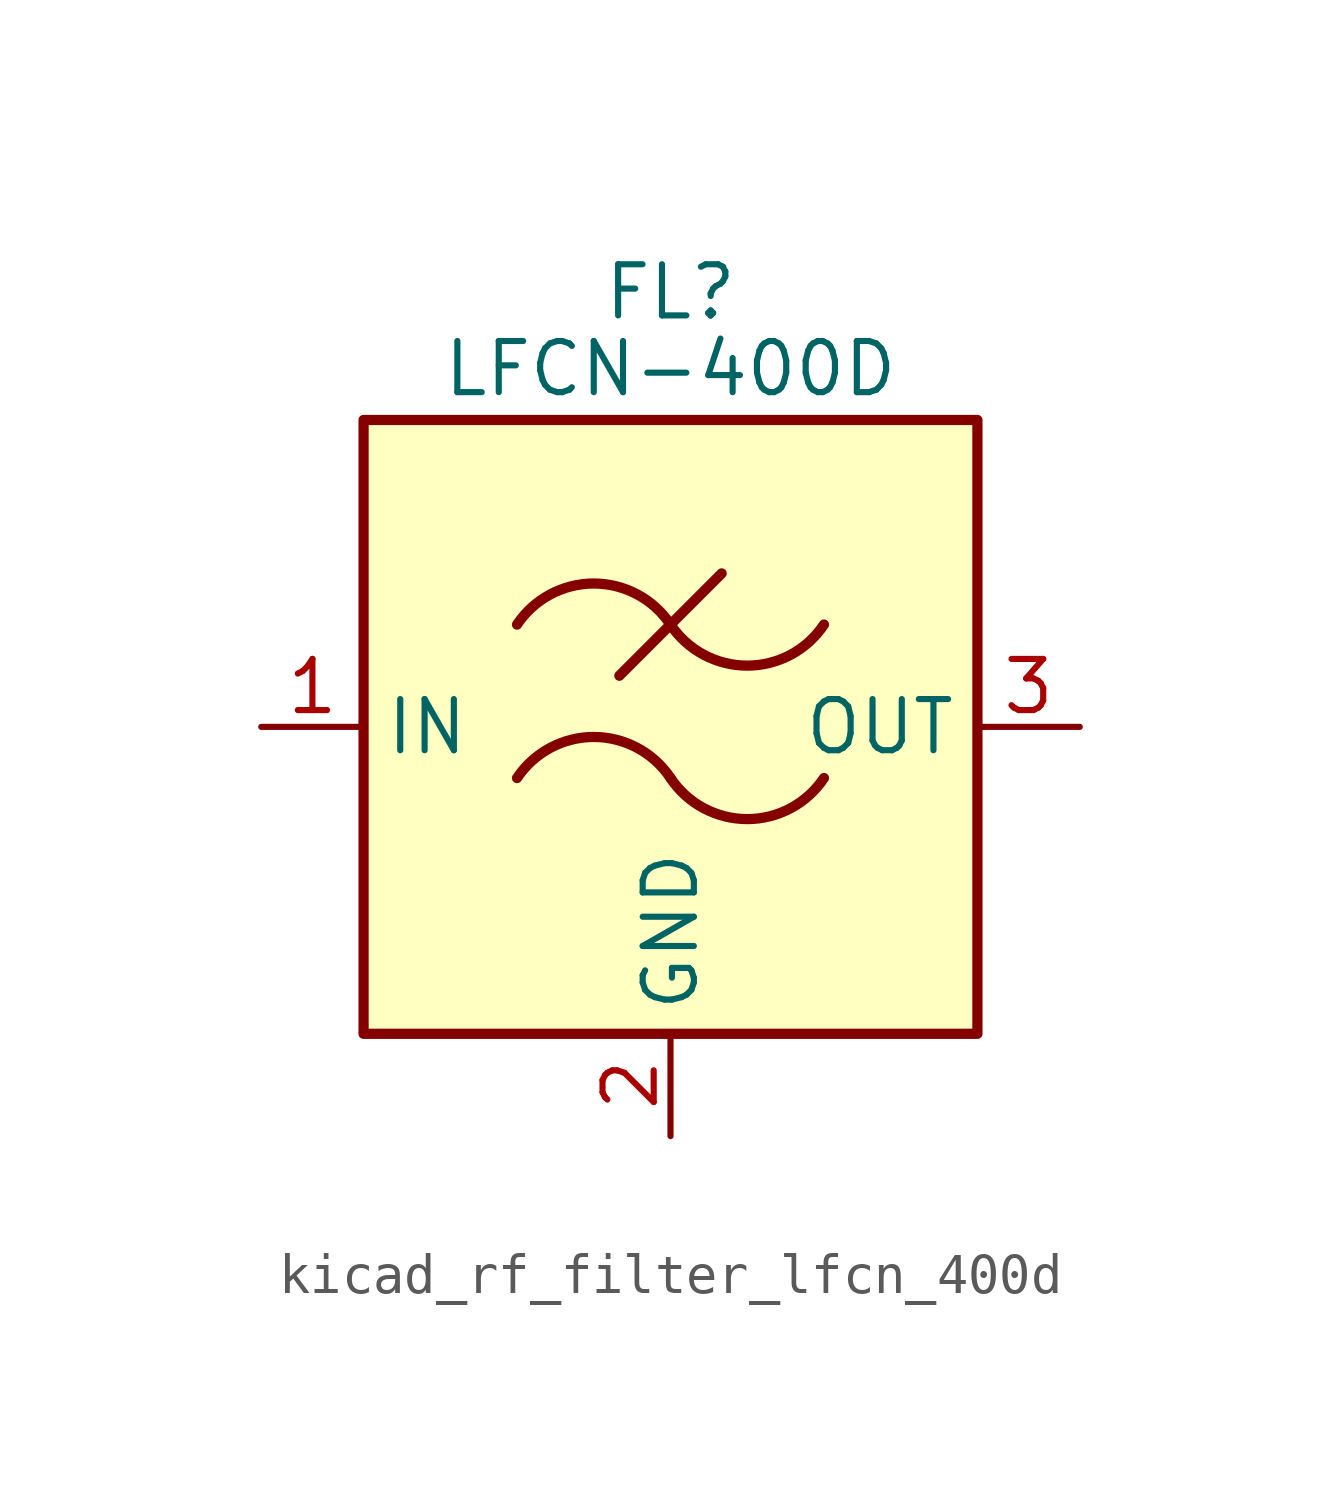
<source format=kicad_sym>
(kicad_symbol_lib
  (version 20220914)
  (generator kicad_symbol_editor)
  (symbol "kicad_rf_filter_lfcn_400d"
    (property "Reference" "FL"
      (at 0 10.795 0)
      (effects (font (size 1.27 1.27))))
    (property "Value" "LFCN-400D"
      (at 0 8.89 0)
      (effects (font (size 1.27 1.27))))
    (symbol "kicad_rf_filter_lfcn_400d_0_1"
      (rectangle (start -7.62 7.62) (end 7.62 -7.62) (stroke (width 0.254) (type default)) (fill (type background)))
      (arc (start 0 -1.27) (mid -1.905 -0.2505) (end -3.81 -1.27) (stroke (width 0.254) (type default)) (fill (type none)))
      (arc (start 0 -1.27) (mid 1.905 -2.2895) (end 3.81 -1.27) (stroke (width 0.254) (type default)) (fill (type none)))
      (polyline (pts (xy -1.27 1.27) (xy 1.27 3.81)) (stroke (width 0.254) (type default)) (fill (type none)))
      (arc (start 0 2.54) (mid -1.905 3.5595) (end -3.81 2.54) (stroke (width 0.254) (type default)) (fill (type none)))
      (arc (start 0 2.54) (mid 1.905 1.5205) (end 3.81 2.54) (stroke (width 0.254) (type default)) (fill (type none))))
    (symbol "kicad_rf_filter_lfcn_400d_1_1"
      (pin passive line (at -10.16 0 0) (length 2.54) (name "IN" (effects (font (size 1.27 1.27)))) (number "1" (effects (font (size 1.27 1.27)))))
      (pin passive line (at 0 -10.16 90) (length 2.54) (name "GND" (effects (font (size 1.27 1.27)))) (number "2" (effects (font (size 1.27 1.27)))))
      (pin passive line (at 10.16 0 180) (length 2.54) (name "OUT" (effects (font (size 1.27 1.27)))) (number "3" (effects (font (size 1.27 1.27)))))
      (pin passive line (at 0 -10.16 90) (length 2.54) hide (name "GND" (effects (font (size 1.27 1.27)))) (number "4" (effects (font (size 1.27 1.27))))))))
</source>
